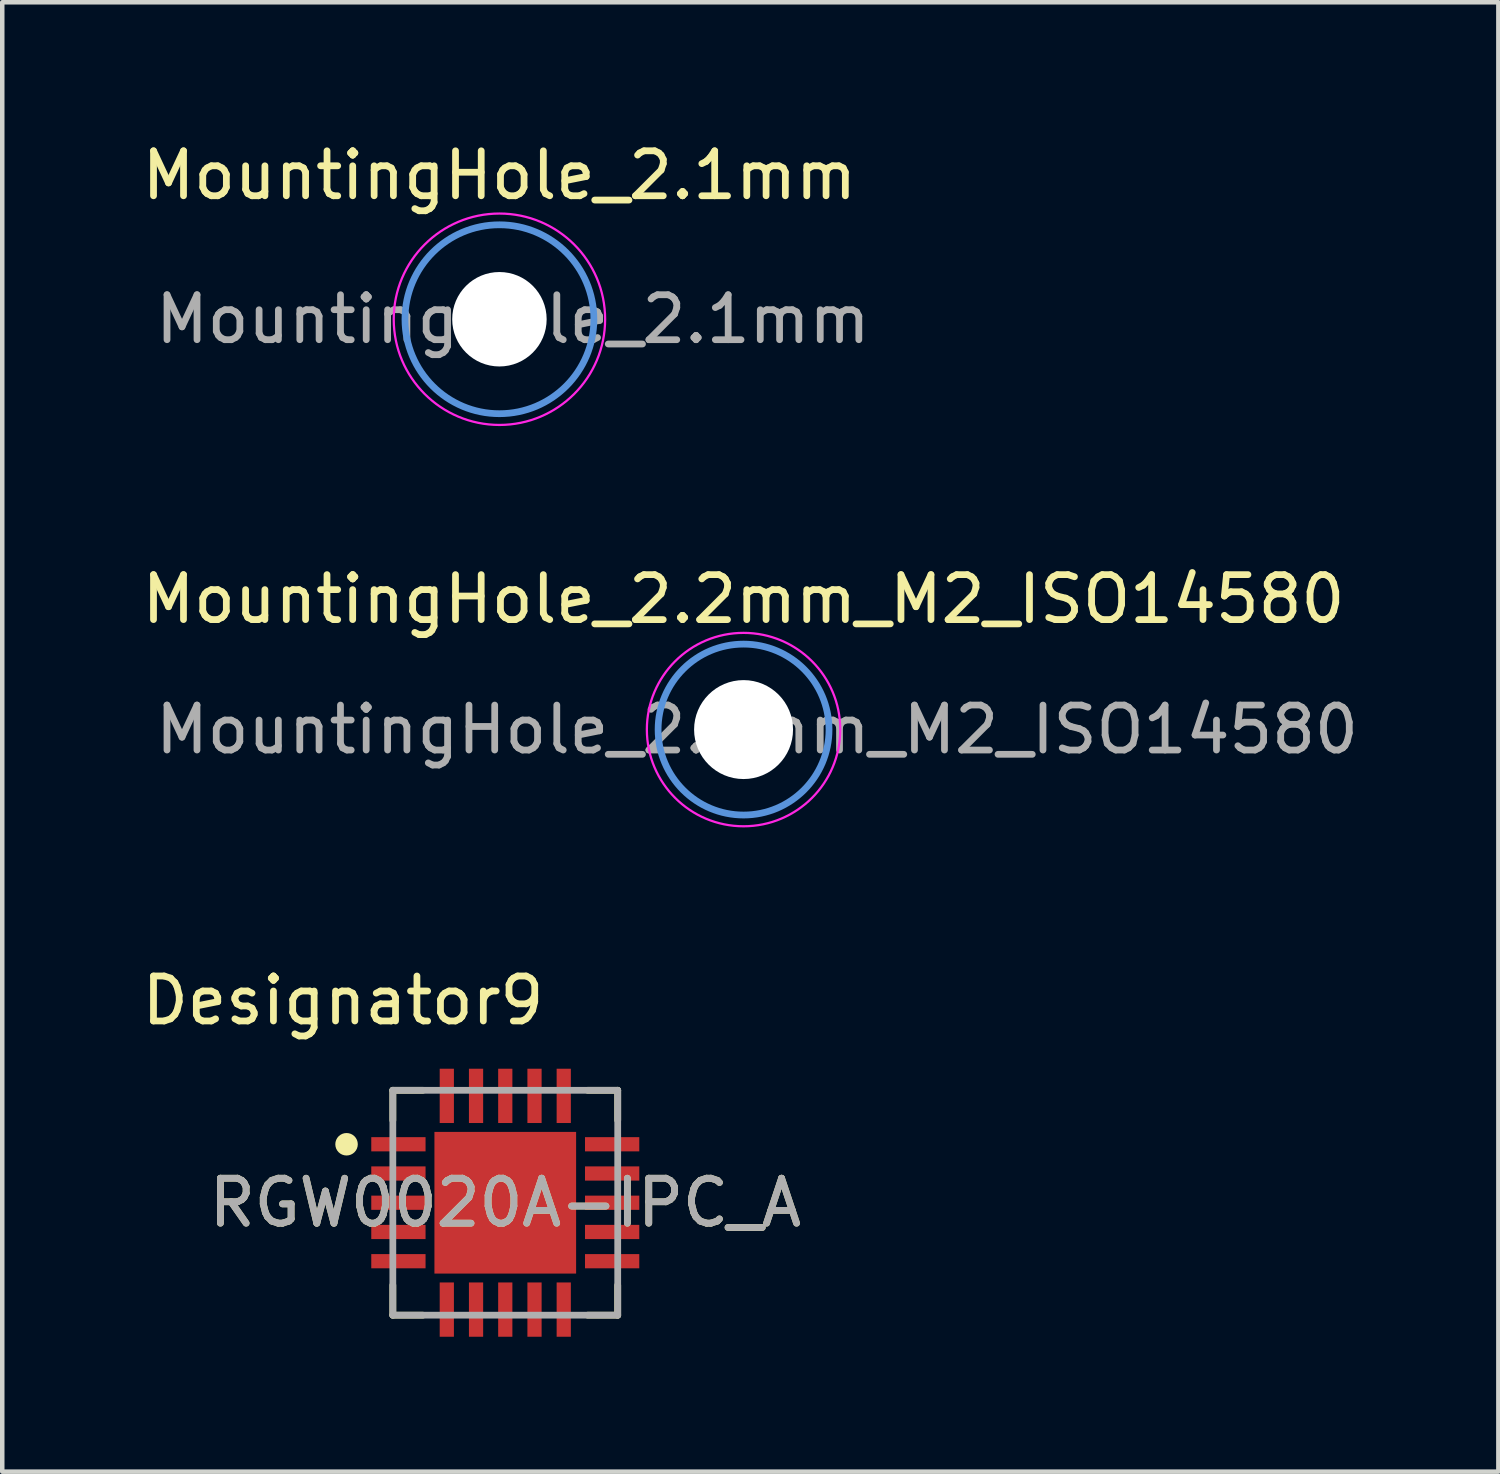
<source format=kicad_pcb>
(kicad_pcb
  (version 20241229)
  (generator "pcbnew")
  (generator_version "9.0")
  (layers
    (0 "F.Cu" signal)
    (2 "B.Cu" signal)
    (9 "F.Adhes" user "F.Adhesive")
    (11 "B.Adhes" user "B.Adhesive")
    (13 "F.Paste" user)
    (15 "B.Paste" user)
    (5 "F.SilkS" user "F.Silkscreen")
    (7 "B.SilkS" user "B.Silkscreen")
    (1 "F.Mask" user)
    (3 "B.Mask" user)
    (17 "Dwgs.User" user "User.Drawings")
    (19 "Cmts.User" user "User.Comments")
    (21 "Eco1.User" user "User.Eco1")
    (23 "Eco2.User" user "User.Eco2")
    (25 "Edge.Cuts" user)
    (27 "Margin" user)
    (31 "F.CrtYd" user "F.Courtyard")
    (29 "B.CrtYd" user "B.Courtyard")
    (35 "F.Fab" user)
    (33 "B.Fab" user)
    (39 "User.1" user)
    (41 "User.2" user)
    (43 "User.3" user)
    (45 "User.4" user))
  (footprint "RGW0020A-IPC_A"
    (layer "F.Cu")
    (at 8.184 23.691)
    (property "Reference" "RGW0020A-IPC_A" (at 0 0 0) (unlocked yes) (layer "F.SilkS") (effects (font (size 1 1) (thickness 0.15))))
    (attr smd)
    (fp_line (start -2.5 -2.5) (end -1.833 -2.5) (stroke (width 0.15) (type solid)) (layer "F.SilkS"))
    (fp_line (start -2.5 -1.833) (end -2.5 -2.5) (stroke (width 0.15) (type solid)) (layer "F.SilkS"))
    (fp_line (start -2.5 2.5) (end -2.5 1.833) (stroke (width 0.15) (type solid)) (layer "F.SilkS"))
    (fp_line (start -2.5 2.5) (end -1.833 2.5) (stroke (width 0.15) (type solid)) (layer "F.SilkS"))
    (fp_line (start 1.833 -2.5) (end 2.5 -2.5) (stroke (width 0.15) (type solid)) (layer "F.SilkS"))
    (fp_line (start 1.833 2.5) (end 2.5 2.5) (stroke (width 0.15) (type solid)) (layer "F.SilkS"))
    (fp_line (start 2.5 -1.833) (end 2.5 -2.5) (stroke (width 0.15) (type solid)) (layer "F.SilkS"))
    (fp_line (start 2.5 2.5) (end 2.5 1.833) (stroke (width 0.15) (type solid)) (layer "F.SilkS"))
    (fp_circle (center -3.529 -1.3) (end -3.404 -1.3) (stroke (width 0.25) (type solid)) (fill no) (layer "F.SilkS"))
    (fp_poly (pts (xy -0.996 0.996) (xy 0.996 0.996) (xy 0.996 -0.996) (xy -0.996 -0.996)) (stroke (width 0) (type solid)) (fill yes) (layer "F.Paste"))
    (fp_line (start -2.5 -2.5) (end 2.5 -2.5) (stroke (width 0.15) (type solid)) (layer "F.Fab"))
    (fp_line (start -2.5 2.5) (end -2.5 -2.5) (stroke (width 0.15) (type solid)) (layer "F.Fab"))
    (fp_line (start -2.5 2.5) (end 2.5 2.5) (stroke (width 0.15) (type solid)) (layer "F.Fab"))
    (fp_line (start 2.5 2.5) (end 2.5 -2.5) (stroke (width 0.15) (type solid)) (layer "F.Fab"))
    (fp_text user "Designator9" (at -3.607 -4.496 0) (unlocked yes) (layer "F.SilkS") (effects (font (size 1 1) (thickness 0.15))))
    (fp_text user "${REFERENCE}" (at 0 0 0) (unlocked yes) (layer "F.Fab") (effects (font (size 1 1) (thickness 0.15))))
    (pad "1" smd rect (at -2.376 -1.3 90) (size 0.316 1.207) (layers "F.Cu" "F.Mask" "F.Paste"))
    (pad "2" smd rect (at -2.376 -0.65 90) (size 0.316 1.207) (layers "F.Cu" "F.Mask" "F.Paste"))
    (pad "3" smd rect (at -2.376 0 90) (size 0.316 1.207) (layers "F.Cu" "F.Mask" "F.Paste"))
    (pad "4" smd rect (at -2.376 0.65 90) (size 0.316 1.207) (layers "F.Cu" "F.Mask" "F.Paste"))
    (pad "5" smd rect (at -2.376 1.3 90) (size 0.316 1.207) (layers "F.Cu" "F.Mask" "F.Paste"))
    (pad "6" smd rect (at -1.3 2.376) (size 0.316 1.207) (layers "F.Cu" "F.Mask" "F.Paste"))
    (pad "7" smd rect (at -0.65 2.376) (size 0.316 1.207) (layers "F.Cu" "F.Mask" "F.Paste"))
    (pad "8" smd rect (at 0 2.376) (size 0.316 1.207) (layers "F.Cu" "F.Mask" "F.Paste"))
    (pad "9" smd rect (at 0.65 2.376) (size 0.316 1.207) (layers "F.Cu" "F.Mask" "F.Paste"))
    (pad "10" smd rect (at 1.3 2.376) (size 0.316 1.207) (layers "F.Cu" "F.Mask" "F.Paste"))
    (pad "11" smd rect (at 2.376 1.3 90) (size 0.316 1.207) (layers "F.Cu" "F.Mask" "F.Paste"))
    (pad "12" smd rect (at 2.376 0.65 90) (size 0.316 1.207) (layers "F.Cu" "F.Mask" "F.Paste"))
    (pad "13" smd rect (at 2.376 0 90) (size 0.316 1.207) (layers "F.Cu" "F.Mask" "F.Paste"))
    (pad "14" smd rect (at 2.376 -0.65 90) (size 0.316 1.207) (layers "F.Cu" "F.Mask" "F.Paste"))
    (pad "15" smd rect (at 2.376 -1.3 90) (size 0.316 1.207) (layers "F.Cu" "F.Mask" "F.Paste"))
    (pad "16" smd rect (at 1.3 -2.376) (size 0.316 1.207) (layers "F.Cu" "F.Mask" "F.Paste"))
    (pad "17" smd rect (at 0.65 -2.376) (size 0.316 1.207) (layers "F.Cu" "F.Mask" "F.Paste"))
    (pad "18" smd rect (at 0 -2.376) (size 0.316 1.207) (layers "F.Cu" "F.Mask" "F.Paste"))
    (pad "19" smd rect (at -0.65 -2.376) (size 0.316 1.207) (layers "F.Cu" "F.Mask" "F.Paste"))
    (pad "20" smd rect (at -1.3 -2.376) (size 0.316 1.207) (layers "F.Cu" "F.Mask" "F.Paste"))
    (pad "21" smd rect (at 0 0) (size 3.15 3.15) (layers "F.Cu" "F.Mask")))
  (footprint "MountingHole_2.2mm_M2_ISO14580"
    (layer "F.Cu")
    (at 13.482 13.171)
    (property "Reference" "MountingHole_2.2mm_M2_ISO14580" (at 0 -2.9 0) (layer "F.SilkS") (effects (font (size 1 1) (thickness 0.15))))
    (attr exclude_from_pos_files exclude_from_bom)
    (fp_circle (center 0 0) (end 1.9 0) (stroke (width 0.15) (type solid)) (fill no) (layer "Cmts.User"))
    (fp_circle (center 0 0) (end 2.15 0) (stroke (width 0.05) (type solid)) (fill no) (layer "F.CrtYd"))
    (fp_text user "${REFERENCE}" (at 0.3 0 0) (layer "F.Fab") (effects (font (size 1 1) (thickness 0.15))))
    (pad "" np_thru_hole circle (at 0 0) (size 2.2 2.2) (drill 2.2) (layers "*.Cu" "*.Mask")))
  (footprint "MountingHole_2.1mm"
    (layer "F.Cu")
    (at 8.054 4.048)
    (property "Reference" "MountingHole_2.1mm" (at 0 -3.2 0) (layer "F.SilkS") (effects (font (size 1 1) (thickness 0.15))))
    (attr exclude_from_pos_files exclude_from_bom)
    (fp_circle (center 0 0) (end 2.1 0) (stroke (width 0.15) (type solid)) (fill no) (layer "Cmts.User"))
    (fp_circle (center 0 0) (end 2.35 0) (stroke (width 0.05) (type solid)) (fill no) (layer "F.CrtYd"))
    (fp_text user "${REFERENCE}" (at 0.3 0 0) (layer "F.Fab") (effects (font (size 1 1) (thickness 0.15))))
    (pad "" np_thru_hole circle (at 0 0) (size 2.1 2.1) (drill 2.1) (layers "*.Cu" "*.Mask")))
  (gr_rect
    (start -3 -3)
    (end 30.264 29.67)
    (stroke (width 0.1) (type default))
    (fill no)
    (layer "Edge.Cuts")))
</source>
